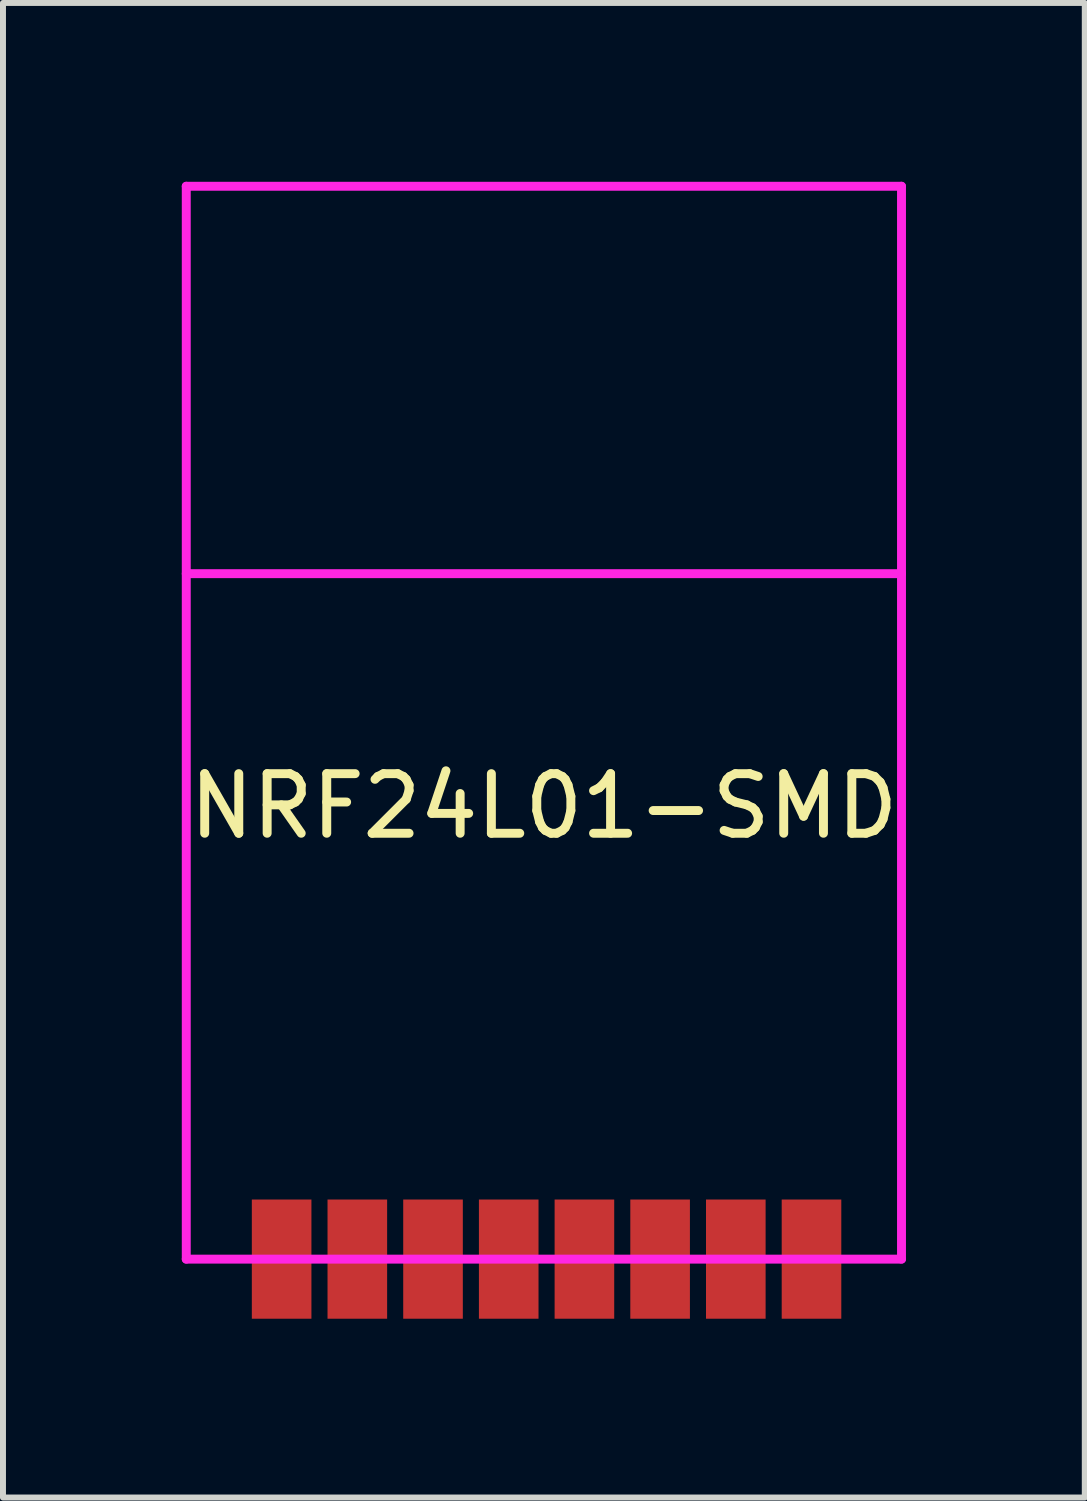
<source format=kicad_pcb>
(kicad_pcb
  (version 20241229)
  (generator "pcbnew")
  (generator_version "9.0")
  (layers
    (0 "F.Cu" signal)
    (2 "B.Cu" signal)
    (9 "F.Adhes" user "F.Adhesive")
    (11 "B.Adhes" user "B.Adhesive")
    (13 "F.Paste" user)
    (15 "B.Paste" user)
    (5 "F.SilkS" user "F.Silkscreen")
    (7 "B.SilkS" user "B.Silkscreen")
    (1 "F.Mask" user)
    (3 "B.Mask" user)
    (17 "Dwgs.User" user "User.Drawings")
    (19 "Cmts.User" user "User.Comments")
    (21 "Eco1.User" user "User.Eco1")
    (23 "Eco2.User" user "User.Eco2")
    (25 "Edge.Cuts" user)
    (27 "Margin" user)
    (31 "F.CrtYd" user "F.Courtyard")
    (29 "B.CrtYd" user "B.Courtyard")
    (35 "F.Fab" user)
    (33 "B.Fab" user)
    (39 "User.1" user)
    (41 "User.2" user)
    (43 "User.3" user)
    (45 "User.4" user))
  (footprint "NRF24L01-SMD"
    (layer "F.Cu")
    (at 6.075 9.375)
    (property "Reference" "NRF24L01-SMD" (at 0 1.1 0) (layer "F.SilkS") (effects (font (size 1 1) (thickness 0.15))))
    (attr through_hole)
    (fp_line (start -6 -9.3) (end 6 -9.3) (stroke (width 0.15) (type solid)) (layer "F.CrtYd"))
    (fp_line (start -6 -2.8) (end 6 -2.8) (stroke (width 0.15) (type solid)) (layer "F.CrtYd"))
    (fp_line (start -6 8.7) (end -6 -9.3) (stroke (width 0.15) (type solid)) (layer "F.CrtYd"))
    (fp_line (start 6 -9.3) (end 6 8.7) (stroke (width 0.15) (type solid)) (layer "F.CrtYd"))
    (fp_line (start 6 8.7) (end -6 8.7) (stroke (width 0.15) (type solid)) (layer "F.CrtYd"))
    (pad "1" smd rect (at -3.13 8.7) (size 1 2) (layers "F.Cu" "F.Mask" "F.Paste"))
    (pad "2" smd rect (at -4.4 8.7) (size 1 2) (layers "F.Cu" "F.Mask" "F.Paste"))
    (pad "3" smd rect (at -1.86 8.7) (size 1 2) (layers "F.Cu" "F.Mask" "F.Paste"))
    (pad "4" smd rect (at -0.59 8.7) (size 1 2) (layers "F.Cu" "F.Mask" "F.Paste"))
    (pad "5" smd rect (at 0.68 8.7) (size 1 2) (layers "F.Cu" "F.Mask" "F.Paste"))
    (pad "6" smd rect (at 1.95 8.7) (size 1 2) (layers "F.Cu" "F.Mask" "F.Paste"))
    (pad "7" smd rect (at 3.22 8.7) (size 1 2) (layers "F.Cu" "F.Mask" "F.Paste"))
    (pad "8" smd rect (at 4.49 8.7) (size 1 2) (layers "F.Cu" "F.Mask" "F.Paste")))
  (gr_rect
    (start -3 -3)
    (end 15.15 22.075)
    (stroke (width 0.1) (type default))
    (fill no)
    (layer "Edge.Cuts")))
</source>
